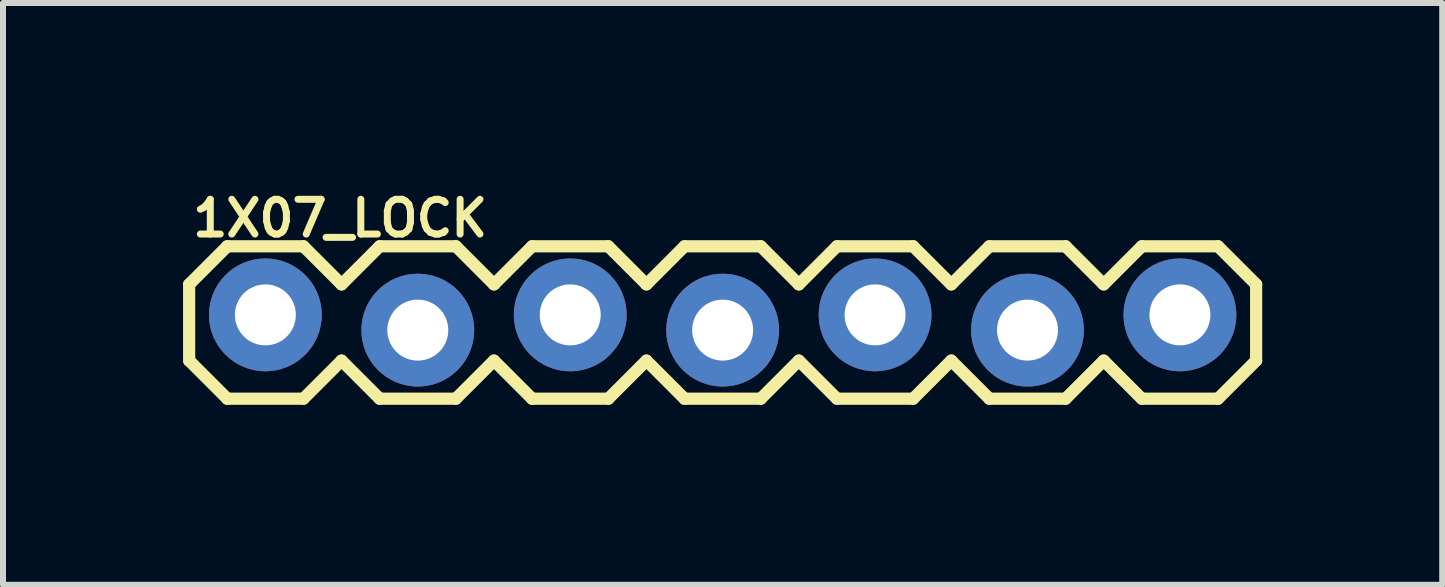
<source format=kicad_pcb>
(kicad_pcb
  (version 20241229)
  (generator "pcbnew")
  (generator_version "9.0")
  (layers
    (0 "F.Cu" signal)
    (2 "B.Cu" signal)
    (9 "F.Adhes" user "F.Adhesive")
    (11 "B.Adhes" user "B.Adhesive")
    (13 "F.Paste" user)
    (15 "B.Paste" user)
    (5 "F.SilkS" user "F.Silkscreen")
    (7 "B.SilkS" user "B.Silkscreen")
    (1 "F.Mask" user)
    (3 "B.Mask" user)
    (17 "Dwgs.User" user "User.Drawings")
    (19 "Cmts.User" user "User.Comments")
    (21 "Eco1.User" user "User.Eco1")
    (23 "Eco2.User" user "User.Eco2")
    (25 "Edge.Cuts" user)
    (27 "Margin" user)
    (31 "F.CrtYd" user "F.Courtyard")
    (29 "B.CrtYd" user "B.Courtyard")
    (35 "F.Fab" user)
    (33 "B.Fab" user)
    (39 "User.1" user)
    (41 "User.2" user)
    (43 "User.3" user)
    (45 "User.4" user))
  (footprint "1X07_LOCK"
    (layer "F.Cu")
    (at 1.372 2.324)
    (property "Reference" "1X07_LOCK" (at -1.27 -1.397 0) (layer "F.SilkS") (effects (font (size 0.579 0.579) (thickness 0.116)) (justify left bottom)))
    (attr through_hole)
    (fp_line (start -1.27 -0.635) (end -1.27 0.635) (stroke (width 0.203) (type solid)) (layer "F.SilkS"))
    (fp_line (start -1.27 0.635) (end -0.635 1.27) (stroke (width 0.203) (type solid)) (layer "F.SilkS"))
    (fp_line (start -0.635 -1.27) (end -1.27 -0.635) (stroke (width 0.203) (type solid)) (layer "F.SilkS"))
    (fp_line (start -0.635 -1.27) (end 0.635 -1.27) (stroke (width 0.203) (type solid)) (layer "F.SilkS"))
    (fp_line (start 0.635 -1.27) (end 1.27 -0.635) (stroke (width 0.203) (type solid)) (layer "F.SilkS"))
    (fp_line (start 0.635 1.27) (end -0.635 1.27) (stroke (width 0.203) (type solid)) (layer "F.SilkS"))
    (fp_line (start 1.27 -0.635) (end 1.905 -1.27) (stroke (width 0.203) (type solid)) (layer "F.SilkS"))
    (fp_line (start 1.27 0.635) (end 0.635 1.27) (stroke (width 0.203) (type solid)) (layer "F.SilkS"))
    (fp_line (start 1.905 -1.27) (end 3.175 -1.27) (stroke (width 0.203) (type solid)) (layer "F.SilkS"))
    (fp_line (start 1.905 1.27) (end 1.27 0.635) (stroke (width 0.203) (type solid)) (layer "F.SilkS"))
    (fp_line (start 3.175 -1.27) (end 3.81 -0.635) (stroke (width 0.203) (type solid)) (layer "F.SilkS"))
    (fp_line (start 3.175 1.27) (end 1.905 1.27) (stroke (width 0.203) (type solid)) (layer "F.SilkS"))
    (fp_line (start 3.81 -0.635) (end 4.445 -1.27) (stroke (width 0.203) (type solid)) (layer "F.SilkS"))
    (fp_line (start 3.81 0.635) (end 3.175 1.27) (stroke (width 0.203) (type solid)) (layer "F.SilkS"))
    (fp_line (start 4.445 -1.27) (end 5.715 -1.27) (stroke (width 0.203) (type solid)) (layer "F.SilkS"))
    (fp_line (start 4.445 1.27) (end 3.81 0.635) (stroke (width 0.203) (type solid)) (layer "F.SilkS"))
    (fp_line (start 5.715 -1.27) (end 6.35 -0.635) (stroke (width 0.203) (type solid)) (layer "F.SilkS"))
    (fp_line (start 5.715 1.27) (end 4.445 1.27) (stroke (width 0.203) (type solid)) (layer "F.SilkS"))
    (fp_line (start 6.35 0.635) (end 5.715 1.27) (stroke (width 0.203) (type solid)) (layer "F.SilkS"))
    (fp_line (start 6.35 0.635) (end 6.985 1.27) (stroke (width 0.203) (type solid)) (layer "F.SilkS"))
    (fp_line (start 6.985 -1.27) (end 6.35 -0.635) (stroke (width 0.203) (type solid)) (layer "F.SilkS"))
    (fp_line (start 6.985 -1.27) (end 8.255 -1.27) (stroke (width 0.203) (type solid)) (layer "F.SilkS"))
    (fp_line (start 8.255 -1.27) (end 8.89 -0.635) (stroke (width 0.203) (type solid)) (layer "F.SilkS"))
    (fp_line (start 8.255 1.27) (end 6.985 1.27) (stroke (width 0.203) (type solid)) (layer "F.SilkS"))
    (fp_line (start 8.89 -0.635) (end 9.525 -1.27) (stroke (width 0.203) (type solid)) (layer "F.SilkS"))
    (fp_line (start 8.89 0.635) (end 8.255 1.27) (stroke (width 0.203) (type solid)) (layer "F.SilkS"))
    (fp_line (start 9.525 -1.27) (end 10.795 -1.27) (stroke (width 0.203) (type solid)) (layer "F.SilkS"))
    (fp_line (start 9.525 1.27) (end 8.89 0.635) (stroke (width 0.203) (type solid)) (layer "F.SilkS"))
    (fp_line (start 10.795 -1.27) (end 11.43 -0.635) (stroke (width 0.203) (type solid)) (layer "F.SilkS"))
    (fp_line (start 10.795 1.27) (end 9.525 1.27) (stroke (width 0.203) (type solid)) (layer "F.SilkS"))
    (fp_line (start 11.43 -0.635) (end 12.065 -1.27) (stroke (width 0.203) (type solid)) (layer "F.SilkS"))
    (fp_line (start 11.43 0.635) (end 10.795 1.27) (stroke (width 0.203) (type solid)) (layer "F.SilkS"))
    (fp_line (start 12.065 -1.27) (end 13.335 -1.27) (stroke (width 0.203) (type solid)) (layer "F.SilkS"))
    (fp_line (start 12.065 1.27) (end 11.43 0.635) (stroke (width 0.203) (type solid)) (layer "F.SilkS"))
    (fp_line (start 13.335 -1.27) (end 13.97 -0.635) (stroke (width 0.203) (type solid)) (layer "F.SilkS"))
    (fp_line (start 13.335 1.27) (end 12.065 1.27) (stroke (width 0.203) (type solid)) (layer "F.SilkS"))
    (fp_line (start 13.97 0.635) (end 13.335 1.27) (stroke (width 0.203) (type solid)) (layer "F.SilkS"))
    (fp_line (start 13.97 0.635) (end 14.605 1.27) (stroke (width 0.203) (type solid)) (layer "F.SilkS"))
    (fp_line (start 14.605 -1.27) (end 13.97 -0.635) (stroke (width 0.203) (type solid)) (layer "F.SilkS"))
    (fp_line (start 14.605 -1.27) (end 15.875 -1.27) (stroke (width 0.203) (type solid)) (layer "F.SilkS"))
    (fp_line (start 15.875 -1.27) (end 16.51 -0.635) (stroke (width 0.203) (type solid)) (layer "F.SilkS"))
    (fp_line (start 15.875 1.27) (end 14.605 1.27) (stroke (width 0.203) (type solid)) (layer "F.SilkS"))
    (fp_line (start 16.51 -0.635) (end 16.51 0.635) (stroke (width 0.203) (type solid)) (layer "F.SilkS"))
    (fp_line (start 16.51 0.635) (end 15.875 1.27) (stroke (width 0.203) (type solid)) (layer "F.SilkS"))
    (fp_poly (pts (xy -0.254 0.254) (xy 0.254 0.254) (xy 0.254 -0.254) (xy -0.254 -0.254)) (stroke (width 0.1) (type solid)) (fill no) (layer "F.Fab"))
    (fp_poly (pts (xy 2.286 0.254) (xy 2.794 0.254) (xy 2.794 -0.254) (xy 2.286 -0.254)) (stroke (width 0.1) (type solid)) (fill no) (layer "F.Fab"))
    (fp_poly (pts (xy 4.826 0.254) (xy 5.334 0.254) (xy 5.334 -0.254) (xy 4.826 -0.254)) (stroke (width 0.1) (type solid)) (fill no) (layer "F.Fab"))
    (fp_poly (pts (xy 7.366 0.254) (xy 7.874 0.254) (xy 7.874 -0.254) (xy 7.366 -0.254)) (stroke (width 0.1) (type solid)) (fill no) (layer "F.Fab"))
    (fp_poly (pts (xy 9.906 0.254) (xy 10.414 0.254) (xy 10.414 -0.254) (xy 9.906 -0.254)) (stroke (width 0.1) (type solid)) (fill no) (layer "F.Fab"))
    (fp_poly (pts (xy 12.446 0.254) (xy 12.954 0.254) (xy 12.954 -0.254) (xy 12.446 -0.254)) (stroke (width 0.1) (type solid)) (fill no) (layer "F.Fab"))
    (fp_poly (pts (xy 14.986 0.254) (xy 15.494 0.254) (xy 15.494 -0.254) (xy 14.986 -0.254)) (stroke (width 0.1) (type solid)) (fill no) (layer "F.Fab"))
    (pad "1" thru_hole circle (at 0 -0.127 90) (size 1.88 1.88) (drill 1.016) (layers "*.Cu" "*.Mask"))
    (pad "2" thru_hole circle (at 2.54 0.127 90) (size 1.88 1.88) (drill 1.016) (layers "*.Cu" "*.Mask"))
    (pad "3" thru_hole circle (at 5.08 -0.127 90) (size 1.88 1.88) (drill 1.016) (layers "*.Cu" "*.Mask"))
    (pad "4" thru_hole circle (at 7.62 0.127 90) (size 1.88 1.88) (drill 1.016) (layers "*.Cu" "*.Mask"))
    (pad "5" thru_hole circle (at 10.16 -0.127 90) (size 1.88 1.88) (drill 1.016) (layers "*.Cu" "*.Mask"))
    (pad "6" thru_hole circle (at 12.7 0.127 90) (size 1.88 1.88) (drill 1.016) (layers "*.Cu" "*.Mask"))
    (pad "7" thru_hole circle (at 15.24 -0.127 90) (size 1.88 1.88) (drill 1.016) (layers "*.Cu" "*.Mask")))
  (gr_rect
    (start -3 -3)
    (end 20.983 6.695)
    (stroke (width 0.1) (type default))
    (fill no)
    (layer "Edge.Cuts")))
</source>
